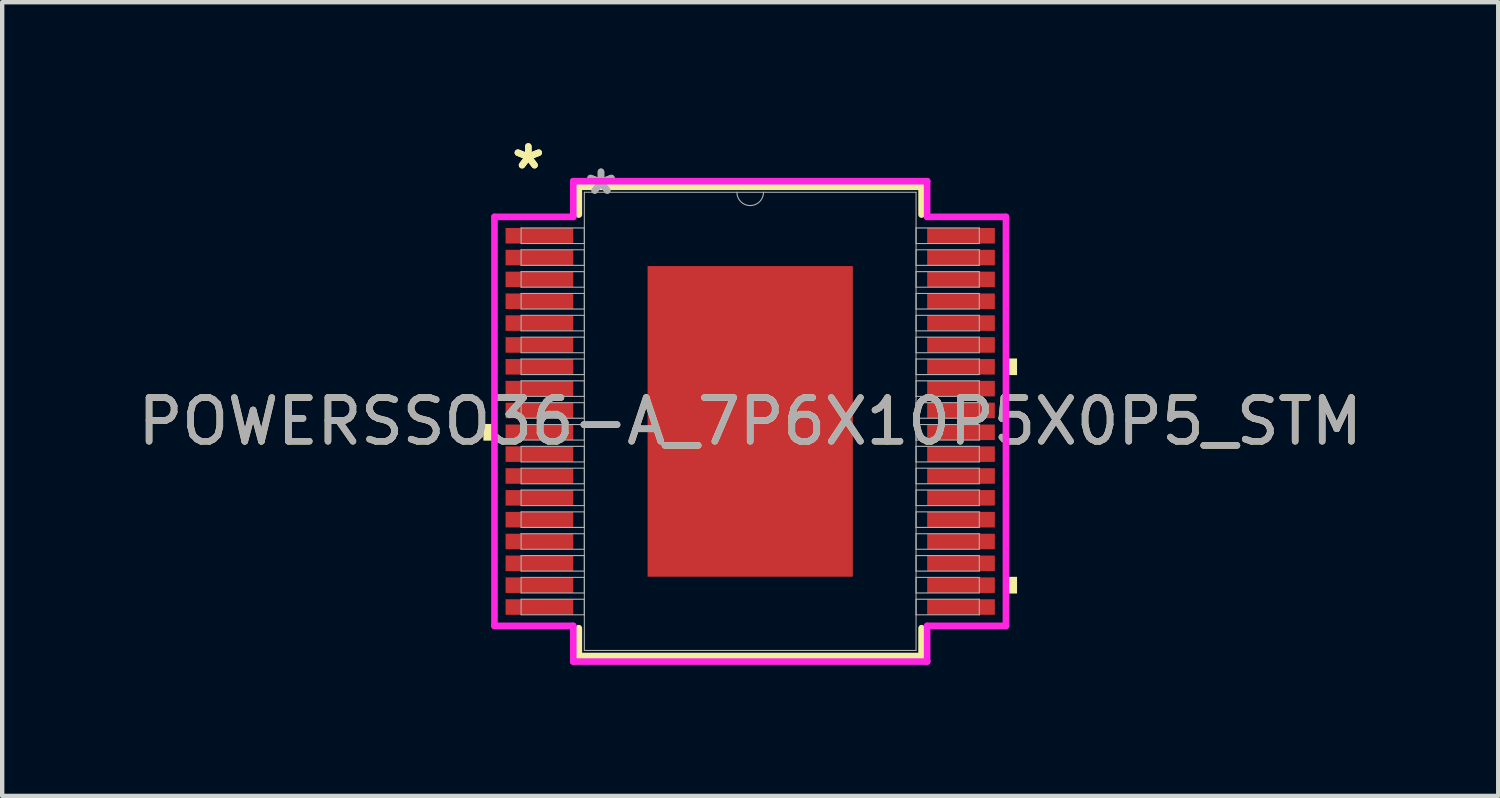
<source format=kicad_pcb>
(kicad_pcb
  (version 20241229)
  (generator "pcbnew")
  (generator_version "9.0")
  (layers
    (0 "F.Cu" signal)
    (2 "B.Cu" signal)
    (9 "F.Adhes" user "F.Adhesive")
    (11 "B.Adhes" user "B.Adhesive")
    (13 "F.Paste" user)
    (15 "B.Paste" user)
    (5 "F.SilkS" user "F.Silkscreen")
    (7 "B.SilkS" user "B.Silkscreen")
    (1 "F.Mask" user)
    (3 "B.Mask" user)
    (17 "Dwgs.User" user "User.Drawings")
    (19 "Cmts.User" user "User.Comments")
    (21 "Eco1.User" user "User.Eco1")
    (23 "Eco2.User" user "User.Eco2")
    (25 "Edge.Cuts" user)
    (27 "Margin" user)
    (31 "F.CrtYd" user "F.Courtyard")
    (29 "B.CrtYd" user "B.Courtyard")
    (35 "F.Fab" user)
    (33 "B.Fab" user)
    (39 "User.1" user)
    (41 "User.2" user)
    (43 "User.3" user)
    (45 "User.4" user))
  (footprint "POWERSSO36-A_7P6X10P5X0P5_STM"
    (layer "F.Cu")
    (at 14.125 6.597)
    (property "Reference" "POWERSSO36-A_7P6X10P5X0P5_STM" (at 0 0 0) (unlocked yes) (layer "F.SilkS") (effects (font (size 1 1) (thickness 0.15))))
    (attr smd)
    (fp_line (start -3.924 -5.372) (end -3.924 -4.735) (stroke (width 0.152) (type solid)) (layer "F.SilkS"))
    (fp_line (start -3.924 4.735) (end -3.924 5.372) (stroke (width 0.152) (type solid)) (layer "F.SilkS"))
    (fp_line (start -3.924 5.372) (end 3.924 5.372) (stroke (width 0.152) (type solid)) (layer "F.SilkS"))
    (fp_line (start 3.924 -5.372) (end -3.924 -5.372) (stroke (width 0.152) (type solid)) (layer "F.SilkS"))
    (fp_line (start 3.924 -4.735) (end 3.924 -5.372) (stroke (width 0.152) (type solid)) (layer "F.SilkS"))
    (fp_line (start 3.924 5.372) (end 3.924 4.735) (stroke (width 0.152) (type solid)) (layer "F.SilkS"))
    (fp_poly (pts (xy -6.109 0.059) (xy -6.109 0.441) (xy -5.855 0.441) (xy -5.855 0.059)) (stroke (width 0) (type solid)) (fill yes) (layer "F.SilkS"))
    (fp_poly (pts (xy 6.109 -1.44) (xy 6.109 -1.06) (xy 5.855 -1.06) (xy 5.855 -1.44)) (stroke (width 0) (type solid)) (fill yes) (layer "F.SilkS"))
    (fp_poly (pts (xy 6.109 3.559) (xy 6.109 3.941) (xy 5.855 3.941) (xy 5.855 3.559)) (stroke (width 0) (type solid)) (fill yes) (layer "F.SilkS"))
    (fp_poly (pts (xy -2.249 -3.456) (xy -2.249 -2.234) (xy -0.883 -2.234) (xy -0.883 -3.456)) (stroke (width 0) (type solid)) (fill yes) (layer "F.Paste"))
    (fp_poly (pts (xy -2.249 -2.034) (xy -2.249 -0.811) (xy -0.883 -0.811) (xy -0.883 -2.034)) (stroke (width 0) (type solid)) (fill yes) (layer "F.Paste"))
    (fp_poly (pts (xy -2.249 -0.611) (xy -2.249 0.611) (xy -0.883 0.611) (xy -0.883 -0.611)) (stroke (width 0) (type solid)) (fill yes) (layer "F.Paste"))
    (fp_poly (pts (xy -2.249 0.811) (xy -2.249 2.034) (xy -0.883 2.034) (xy -0.883 0.811)) (stroke (width 0) (type solid)) (fill yes) (layer "F.Paste"))
    (fp_poly (pts (xy -2.249 2.234) (xy -2.249 3.456) (xy -0.883 3.456) (xy -0.883 2.234)) (stroke (width 0) (type solid)) (fill yes) (layer "F.Paste"))
    (fp_poly (pts (xy -0.683 -3.456) (xy -0.683 -2.234) (xy 0.683 -2.234) (xy 0.683 -3.456)) (stroke (width 0) (type solid)) (fill yes) (layer "F.Paste"))
    (fp_poly (pts (xy -0.683 -2.034) (xy -0.683 -0.811) (xy 0.683 -0.811) (xy 0.683 -2.034)) (stroke (width 0) (type solid)) (fill yes) (layer "F.Paste"))
    (fp_poly (pts (xy -0.683 -0.611) (xy -0.683 0.611) (xy 0.683 0.611) (xy 0.683 -0.611)) (stroke (width 0) (type solid)) (fill yes) (layer "F.Paste"))
    (fp_poly (pts (xy -0.683 0.811) (xy -0.683 2.034) (xy 0.683 2.034) (xy 0.683 0.811)) (stroke (width 0) (type solid)) (fill yes) (layer "F.Paste"))
    (fp_poly (pts (xy -0.683 2.234) (xy -0.683 3.456) (xy 0.683 3.456) (xy 0.683 2.234)) (stroke (width 0) (type solid)) (fill yes) (layer "F.Paste"))
    (fp_poly (pts (xy 0.883 -3.456) (xy 0.883 -2.234) (xy 2.249 -2.234) (xy 2.249 -3.456)) (stroke (width 0) (type solid)) (fill yes) (layer "F.Paste"))
    (fp_poly (pts (xy 0.883 -2.034) (xy 0.883 -0.811) (xy 2.249 -0.811) (xy 2.249 -2.034)) (stroke (width 0) (type solid)) (fill yes) (layer "F.Paste"))
    (fp_poly (pts (xy 0.883 -0.611) (xy 0.883 0.611) (xy 2.249 0.611) (xy 2.249 -0.611)) (stroke (width 0) (type solid)) (fill yes) (layer "F.Paste"))
    (fp_poly (pts (xy 0.883 0.811) (xy 0.883 2.034) (xy 2.249 2.034) (xy 2.249 0.811)) (stroke (width 0) (type solid)) (fill yes) (layer "F.Paste"))
    (fp_poly (pts (xy 0.883 2.234) (xy 0.883 3.456) (xy 2.249 3.456) (xy 2.249 2.234)) (stroke (width 0) (type solid)) (fill yes) (layer "F.Paste"))
    (fp_line (start -5.855 -4.682) (end -4.051 -4.682) (stroke (width 0.152) (type solid)) (layer "F.CrtYd"))
    (fp_line (start -5.855 4.682) (end -5.855 -4.682) (stroke (width 0.152) (type solid)) (layer "F.CrtYd"))
    (fp_line (start -5.855 4.682) (end -4.051 4.682) (stroke (width 0.152) (type solid)) (layer "F.CrtYd"))
    (fp_line (start -4.051 -5.499) (end 4.051 -5.499) (stroke (width 0.152) (type solid)) (layer "F.CrtYd"))
    (fp_line (start -4.051 -4.682) (end -4.051 -5.499) (stroke (width 0.152) (type solid)) (layer "F.CrtYd"))
    (fp_line (start -4.051 5.499) (end -4.051 4.682) (stroke (width 0.152) (type solid)) (layer "F.CrtYd"))
    (fp_line (start 4.051 -5.499) (end 4.051 -4.682) (stroke (width 0.152) (type solid)) (layer "F.CrtYd"))
    (fp_line (start 4.051 4.682) (end 4.051 5.499) (stroke (width 0.152) (type solid)) (layer "F.CrtYd"))
    (fp_line (start 4.051 5.499) (end -4.051 5.499) (stroke (width 0.152) (type solid)) (layer "F.CrtYd"))
    (fp_line (start 5.855 -4.682) (end 4.051 -4.682) (stroke (width 0.152) (type solid)) (layer "F.CrtYd"))
    (fp_line (start 5.855 -4.682) (end 5.855 4.682) (stroke (width 0.152) (type solid)) (layer "F.CrtYd"))
    (fp_line (start 5.855 4.682) (end 4.051 4.682) (stroke (width 0.152) (type solid)) (layer "F.CrtYd"))
    (fp_line (start -5.245 -4.428) (end -5.245 -4.072) (stroke (width 0.025) (type solid)) (layer "F.Fab"))
    (fp_line (start -5.245 -4.072) (end -3.797 -4.072) (stroke (width 0.025) (type solid)) (layer "F.Fab"))
    (fp_line (start -5.245 -3.928) (end -5.245 -3.572) (stroke (width 0.025) (type solid)) (layer "F.Fab"))
    (fp_line (start -5.245 -3.572) (end -3.797 -3.572) (stroke (width 0.025) (type solid)) (layer "F.Fab"))
    (fp_line (start -5.245 -3.428) (end -5.245 -3.072) (stroke (width 0.025) (type solid)) (layer "F.Fab"))
    (fp_line (start -5.245 -3.072) (end -3.797 -3.072) (stroke (width 0.025) (type solid)) (layer "F.Fab"))
    (fp_line (start -5.245 -2.928) (end -5.245 -2.572) (stroke (width 0.025) (type solid)) (layer "F.Fab"))
    (fp_line (start -5.245 -2.572) (end -3.797 -2.572) (stroke (width 0.025) (type solid)) (layer "F.Fab"))
    (fp_line (start -5.245 -2.428) (end -5.245 -2.072) (stroke (width 0.025) (type solid)) (layer "F.Fab"))
    (fp_line (start -5.245 -2.072) (end -3.797 -2.072) (stroke (width 0.025) (type solid)) (layer "F.Fab"))
    (fp_line (start -5.245 -1.928) (end -5.245 -1.572) (stroke (width 0.025) (type solid)) (layer "F.Fab"))
    (fp_line (start -5.245 -1.572) (end -3.797 -1.572) (stroke (width 0.025) (type solid)) (layer "F.Fab"))
    (fp_line (start -5.245 -1.428) (end -5.245 -1.072) (stroke (width 0.025) (type solid)) (layer "F.Fab"))
    (fp_line (start -5.245 -1.072) (end -3.797 -1.072) (stroke (width 0.025) (type solid)) (layer "F.Fab"))
    (fp_line (start -5.245 -0.928) (end -5.245 -0.572) (stroke (width 0.025) (type solid)) (layer "F.Fab"))
    (fp_line (start -5.245 -0.572) (end -3.797 -0.572) (stroke (width 0.025) (type solid)) (layer "F.Fab"))
    (fp_line (start -5.245 -0.428) (end -5.245 -0.072) (stroke (width 0.025) (type solid)) (layer "F.Fab"))
    (fp_line (start -5.245 -0.072) (end -3.797 -0.072) (stroke (width 0.025) (type solid)) (layer "F.Fab"))
    (fp_line (start -5.245 0.072) (end -5.245 0.428) (stroke (width 0.025) (type solid)) (layer "F.Fab"))
    (fp_line (start -5.245 0.428) (end -3.797 0.428) (stroke (width 0.025) (type solid)) (layer "F.Fab"))
    (fp_line (start -5.245 0.572) (end -5.245 0.928) (stroke (width 0.025) (type solid)) (layer "F.Fab"))
    (fp_line (start -5.245 0.928) (end -3.797 0.928) (stroke (width 0.025) (type solid)) (layer "F.Fab"))
    (fp_line (start -5.245 1.072) (end -5.245 1.428) (stroke (width 0.025) (type solid)) (layer "F.Fab"))
    (fp_line (start -5.245 1.428) (end -3.797 1.428) (stroke (width 0.025) (type solid)) (layer "F.Fab"))
    (fp_line (start -5.245 1.572) (end -5.245 1.928) (stroke (width 0.025) (type solid)) (layer "F.Fab"))
    (fp_line (start -5.245 1.928) (end -3.797 1.928) (stroke (width 0.025) (type solid)) (layer "F.Fab"))
    (fp_line (start -5.245 2.072) (end -5.245 2.428) (stroke (width 0.025) (type solid)) (layer "F.Fab"))
    (fp_line (start -5.245 2.428) (end -3.797 2.428) (stroke (width 0.025) (type solid)) (layer "F.Fab"))
    (fp_line (start -5.245 2.572) (end -5.245 2.928) (stroke (width 0.025) (type solid)) (layer "F.Fab"))
    (fp_line (start -5.245 2.928) (end -3.797 2.928) (stroke (width 0.025) (type solid)) (layer "F.Fab"))
    (fp_line (start -5.245 3.072) (end -5.245 3.428) (stroke (width 0.025) (type solid)) (layer "F.Fab"))
    (fp_line (start -5.245 3.428) (end -3.797 3.428) (stroke (width 0.025) (type solid)) (layer "F.Fab"))
    (fp_line (start -5.245 3.572) (end -5.245 3.928) (stroke (width 0.025) (type solid)) (layer "F.Fab"))
    (fp_line (start -5.245 3.928) (end -3.797 3.928) (stroke (width 0.025) (type solid)) (layer "F.Fab"))
    (fp_line (start -5.245 4.072) (end -5.245 4.428) (stroke (width 0.025) (type solid)) (layer "F.Fab"))
    (fp_line (start -5.245 4.428) (end -3.797 4.428) (stroke (width 0.025) (type solid)) (layer "F.Fab"))
    (fp_line (start -3.797 -5.245) (end -3.797 5.245) (stroke (width 0.025) (type solid)) (layer "F.Fab"))
    (fp_line (start -3.797 -4.428) (end -5.245 -4.428) (stroke (width 0.025) (type solid)) (layer "F.Fab"))
    (fp_line (start -3.797 -4.072) (end -3.797 -4.428) (stroke (width 0.025) (type solid)) (layer "F.Fab"))
    (fp_line (start -3.797 -3.928) (end -5.245 -3.928) (stroke (width 0.025) (type solid)) (layer "F.Fab"))
    (fp_line (start -3.797 -3.572) (end -3.797 -3.928) (stroke (width 0.025) (type solid)) (layer "F.Fab"))
    (fp_line (start -3.797 -3.428) (end -5.245 -3.428) (stroke (width 0.025) (type solid)) (layer "F.Fab"))
    (fp_line (start -3.797 -3.072) (end -3.797 -3.428) (stroke (width 0.025) (type solid)) (layer "F.Fab"))
    (fp_line (start -3.797 -2.928) (end -5.245 -2.928) (stroke (width 0.025) (type solid)) (layer "F.Fab"))
    (fp_line (start -3.797 -2.572) (end -3.797 -2.928) (stroke (width 0.025) (type solid)) (layer "F.Fab"))
    (fp_line (start -3.797 -2.428) (end -5.245 -2.428) (stroke (width 0.025) (type solid)) (layer "F.Fab"))
    (fp_line (start -3.797 -2.072) (end -3.797 -2.428) (stroke (width 0.025) (type solid)) (layer "F.Fab"))
    (fp_line (start -3.797 -1.928) (end -5.245 -1.928) (stroke (width 0.025) (type solid)) (layer "F.Fab"))
    (fp_line (start -3.797 -1.572) (end -3.797 -1.928) (stroke (width 0.025) (type solid)) (layer "F.Fab"))
    (fp_line (start -3.797 -1.428) (end -5.245 -1.428) (stroke (width 0.025) (type solid)) (layer "F.Fab"))
    (fp_line (start -3.797 -1.072) (end -3.797 -1.428) (stroke (width 0.025) (type solid)) (layer "F.Fab"))
    (fp_line (start -3.797 -0.928) (end -5.245 -0.928) (stroke (width 0.025) (type solid)) (layer "F.Fab"))
    (fp_line (start -3.797 -0.572) (end -3.797 -0.928) (stroke (width 0.025) (type solid)) (layer "F.Fab"))
    (fp_line (start -3.797 -0.428) (end -5.245 -0.428) (stroke (width 0.025) (type solid)) (layer "F.Fab"))
    (fp_line (start -3.797 -0.072) (end -3.797 -0.428) (stroke (width 0.025) (type solid)) (layer "F.Fab"))
    (fp_line (start -3.797 0.072) (end -5.245 0.072) (stroke (width 0.025) (type solid)) (layer "F.Fab"))
    (fp_line (start -3.797 0.428) (end -3.797 0.072) (stroke (width 0.025) (type solid)) (layer "F.Fab"))
    (fp_line (start -3.797 0.572) (end -5.245 0.572) (stroke (width 0.025) (type solid)) (layer "F.Fab"))
    (fp_line (start -3.797 0.928) (end -3.797 0.572) (stroke (width 0.025) (type solid)) (layer "F.Fab"))
    (fp_line (start -3.797 1.072) (end -5.245 1.072) (stroke (width 0.025) (type solid)) (layer "F.Fab"))
    (fp_line (start -3.797 1.428) (end -3.797 1.072) (stroke (width 0.025) (type solid)) (layer "F.Fab"))
    (fp_line (start -3.797 1.572) (end -5.245 1.572) (stroke (width 0.025) (type solid)) (layer "F.Fab"))
    (fp_line (start -3.797 1.928) (end -3.797 1.572) (stroke (width 0.025) (type solid)) (layer "F.Fab"))
    (fp_line (start -3.797 2.072) (end -5.245 2.072) (stroke (width 0.025) (type solid)) (layer "F.Fab"))
    (fp_line (start -3.797 2.428) (end -3.797 2.072) (stroke (width 0.025) (type solid)) (layer "F.Fab"))
    (fp_line (start -3.797 2.572) (end -5.245 2.572) (stroke (width 0.025) (type solid)) (layer "F.Fab"))
    (fp_line (start -3.797 2.928) (end -3.797 2.572) (stroke (width 0.025) (type solid)) (layer "F.Fab"))
    (fp_line (start -3.797 3.072) (end -5.245 3.072) (stroke (width 0.025) (type solid)) (layer "F.Fab"))
    (fp_line (start -3.797 3.428) (end -3.797 3.072) (stroke (width 0.025) (type solid)) (layer "F.Fab"))
    (fp_line (start -3.797 3.572) (end -5.245 3.572) (stroke (width 0.025) (type solid)) (layer "F.Fab"))
    (fp_line (start -3.797 3.928) (end -3.797 3.572) (stroke (width 0.025) (type solid)) (layer "F.Fab"))
    (fp_line (start -3.797 4.072) (end -5.245 4.072) (stroke (width 0.025) (type solid)) (layer "F.Fab"))
    (fp_line (start -3.797 4.428) (end -3.797 4.072) (stroke (width 0.025) (type solid)) (layer "F.Fab"))
    (fp_line (start -3.797 5.245) (end 3.797 5.245) (stroke (width 0.025) (type solid)) (layer "F.Fab"))
    (fp_line (start 3.797 -5.245) (end -3.797 -5.245) (stroke (width 0.025) (type solid)) (layer "F.Fab"))
    (fp_line (start 3.797 -4.428) (end 3.797 -4.072) (stroke (width 0.025) (type solid)) (layer "F.Fab"))
    (fp_line (start 3.797 -4.072) (end 5.245 -4.072) (stroke (width 0.025) (type solid)) (layer "F.Fab"))
    (fp_line (start 3.797 -3.928) (end 3.797 -3.572) (stroke (width 0.025) (type solid)) (layer "F.Fab"))
    (fp_line (start 3.797 -3.572) (end 5.245 -3.572) (stroke (width 0.025) (type solid)) (layer "F.Fab"))
    (fp_line (start 3.797 -3.428) (end 3.797 -3.072) (stroke (width 0.025) (type solid)) (layer "F.Fab"))
    (fp_line (start 3.797 -3.072) (end 5.245 -3.072) (stroke (width 0.025) (type solid)) (layer "F.Fab"))
    (fp_line (start 3.797 -2.928) (end 3.797 -2.572) (stroke (width 0.025) (type solid)) (layer "F.Fab"))
    (fp_line (start 3.797 -2.572) (end 5.245 -2.572) (stroke (width 0.025) (type solid)) (layer "F.Fab"))
    (fp_line (start 3.797 -2.428) (end 3.797 -2.072) (stroke (width 0.025) (type solid)) (layer "F.Fab"))
    (fp_line (start 3.797 -2.072) (end 5.245 -2.072) (stroke (width 0.025) (type solid)) (layer "F.Fab"))
    (fp_line (start 3.797 -1.928) (end 3.797 -1.572) (stroke (width 0.025) (type solid)) (layer "F.Fab"))
    (fp_line (start 3.797 -1.572) (end 5.245 -1.572) (stroke (width 0.025) (type solid)) (layer "F.Fab"))
    (fp_line (start 3.797 -1.428) (end 3.797 -1.072) (stroke (width 0.025) (type solid)) (layer "F.Fab"))
    (fp_line (start 3.797 -1.072) (end 5.245 -1.072) (stroke (width 0.025) (type solid)) (layer "F.Fab"))
    (fp_line (start 3.797 -0.928) (end 3.797 -0.572) (stroke (width 0.025) (type solid)) (layer "F.Fab"))
    (fp_line (start 3.797 -0.572) (end 5.245 -0.572) (stroke (width 0.025) (type solid)) (layer "F.Fab"))
    (fp_line (start 3.797 -0.428) (end 3.797 -0.072) (stroke (width 0.025) (type solid)) (layer "F.Fab"))
    (fp_line (start 3.797 -0.072) (end 5.245 -0.072) (stroke (width 0.025) (type solid)) (layer "F.Fab"))
    (fp_line (start 3.797 0.072) (end 3.797 0.428) (stroke (width 0.025) (type solid)) (layer "F.Fab"))
    (fp_line (start 3.797 0.428) (end 5.245 0.428) (stroke (width 0.025) (type solid)) (layer "F.Fab"))
    (fp_line (start 3.797 0.572) (end 3.797 0.928) (stroke (width 0.025) (type solid)) (layer "F.Fab"))
    (fp_line (start 3.797 0.928) (end 5.245 0.928) (stroke (width 0.025) (type solid)) (layer "F.Fab"))
    (fp_line (start 3.797 1.072) (end 3.797 1.428) (stroke (width 0.025) (type solid)) (layer "F.Fab"))
    (fp_line (start 3.797 1.428) (end 5.245 1.428) (stroke (width 0.025) (type solid)) (layer "F.Fab"))
    (fp_line (start 3.797 1.572) (end 3.797 1.928) (stroke (width 0.025) (type solid)) (layer "F.Fab"))
    (fp_line (start 3.797 1.928) (end 5.245 1.928) (stroke (width 0.025) (type solid)) (layer "F.Fab"))
    (fp_line (start 3.797 2.072) (end 3.797 2.428) (stroke (width 0.025) (type solid)) (layer "F.Fab"))
    (fp_line (start 3.797 2.428) (end 5.245 2.428) (stroke (width 0.025) (type solid)) (layer "F.Fab"))
    (fp_line (start 3.797 2.572) (end 3.797 2.928) (stroke (width 0.025) (type solid)) (layer "F.Fab"))
    (fp_line (start 3.797 2.928) (end 5.245 2.928) (stroke (width 0.025) (type solid)) (layer "F.Fab"))
    (fp_line (start 3.797 3.072) (end 3.797 3.428) (stroke (width 0.025) (type solid)) (layer "F.Fab"))
    (fp_line (start 3.797 3.428) (end 5.245 3.428) (stroke (width 0.025) (type solid)) (layer "F.Fab"))
    (fp_line (start 3.797 3.572) (end 3.797 3.928) (stroke (width 0.025) (type solid)) (layer "F.Fab"))
    (fp_line (start 3.797 3.928) (end 5.245 3.928) (stroke (width 0.025) (type solid)) (layer "F.Fab"))
    (fp_line (start 3.797 4.072) (end 3.797 4.428) (stroke (width 0.025) (type solid)) (layer "F.Fab"))
    (fp_line (start 3.797 4.428) (end 5.245 4.428) (stroke (width 0.025) (type solid)) (layer "F.Fab"))
    (fp_line (start 3.797 5.245) (end 3.797 -5.245) (stroke (width 0.025) (type solid)) (layer "F.Fab"))
    (fp_line (start 5.245 -4.428) (end 3.797 -4.428) (stroke (width 0.025) (type solid)) (layer "F.Fab"))
    (fp_line (start 5.245 -4.072) (end 5.245 -4.428) (stroke (width 0.025) (type solid)) (layer "F.Fab"))
    (fp_line (start 5.245 -3.928) (end 3.797 -3.928) (stroke (width 0.025) (type solid)) (layer "F.Fab"))
    (fp_line (start 5.245 -3.572) (end 5.245 -3.928) (stroke (width 0.025) (type solid)) (layer "F.Fab"))
    (fp_line (start 5.245 -3.428) (end 3.797 -3.428) (stroke (width 0.025) (type solid)) (layer "F.Fab"))
    (fp_line (start 5.245 -3.072) (end 5.245 -3.428) (stroke (width 0.025) (type solid)) (layer "F.Fab"))
    (fp_line (start 5.245 -2.928) (end 3.797 -2.928) (stroke (width 0.025) (type solid)) (layer "F.Fab"))
    (fp_line (start 5.245 -2.572) (end 5.245 -2.928) (stroke (width 0.025) (type solid)) (layer "F.Fab"))
    (fp_line (start 5.245 -2.428) (end 3.797 -2.428) (stroke (width 0.025) (type solid)) (layer "F.Fab"))
    (fp_line (start 5.245 -2.072) (end 5.245 -2.428) (stroke (width 0.025) (type solid)) (layer "F.Fab"))
    (fp_line (start 5.245 -1.928) (end 3.797 -1.928) (stroke (width 0.025) (type solid)) (layer "F.Fab"))
    (fp_line (start 5.245 -1.572) (end 5.245 -1.928) (stroke (width 0.025) (type solid)) (layer "F.Fab"))
    (fp_line (start 5.245 -1.428) (end 3.797 -1.428) (stroke (width 0.025) (type solid)) (layer "F.Fab"))
    (fp_line (start 5.245 -1.072) (end 5.245 -1.428) (stroke (width 0.025) (type solid)) (layer "F.Fab"))
    (fp_line (start 5.245 -0.928) (end 3.797 -0.928) (stroke (width 0.025) (type solid)) (layer "F.Fab"))
    (fp_line (start 5.245 -0.572) (end 5.245 -0.928) (stroke (width 0.025) (type solid)) (layer "F.Fab"))
    (fp_line (start 5.245 -0.428) (end 3.797 -0.428) (stroke (width 0.025) (type solid)) (layer "F.Fab"))
    (fp_line (start 5.245 -0.072) (end 5.245 -0.428) (stroke (width 0.025) (type solid)) (layer "F.Fab"))
    (fp_line (start 5.245 0.072) (end 3.797 0.072) (stroke (width 0.025) (type solid)) (layer "F.Fab"))
    (fp_line (start 5.245 0.428) (end 5.245 0.072) (stroke (width 0.025) (type solid)) (layer "F.Fab"))
    (fp_line (start 5.245 0.572) (end 3.797 0.572) (stroke (width 0.025) (type solid)) (layer "F.Fab"))
    (fp_line (start 5.245 0.928) (end 5.245 0.572) (stroke (width 0.025) (type solid)) (layer "F.Fab"))
    (fp_line (start 5.245 1.072) (end 3.797 1.072) (stroke (width 0.025) (type solid)) (layer "F.Fab"))
    (fp_line (start 5.245 1.428) (end 5.245 1.072) (stroke (width 0.025) (type solid)) (layer "F.Fab"))
    (fp_line (start 5.245 1.572) (end 3.797 1.572) (stroke (width 0.025) (type solid)) (layer "F.Fab"))
    (fp_line (start 5.245 1.928) (end 5.245 1.572) (stroke (width 0.025) (type solid)) (layer "F.Fab"))
    (fp_line (start 5.245 2.072) (end 3.797 2.072) (stroke (width 0.025) (type solid)) (layer "F.Fab"))
    (fp_line (start 5.245 2.428) (end 5.245 2.072) (stroke (width 0.025) (type solid)) (layer "F.Fab"))
    (fp_line (start 5.245 2.572) (end 3.797 2.572) (stroke (width 0.025) (type solid)) (layer "F.Fab"))
    (fp_line (start 5.245 2.928) (end 5.245 2.572) (stroke (width 0.025) (type solid)) (layer "F.Fab"))
    (fp_line (start 5.245 3.072) (end 3.797 3.072) (stroke (width 0.025) (type solid)) (layer "F.Fab"))
    (fp_line (start 5.245 3.428) (end 5.245 3.072) (stroke (width 0.025) (type solid)) (layer "F.Fab"))
    (fp_line (start 5.245 3.572) (end 3.797 3.572) (stroke (width 0.025) (type solid)) (layer "F.Fab"))
    (fp_line (start 5.245 3.928) (end 5.245 3.572) (stroke (width 0.025) (type solid)) (layer "F.Fab"))
    (fp_line (start 5.245 4.072) (end 3.797 4.072) (stroke (width 0.025) (type solid)) (layer "F.Fab"))
    (fp_line (start 5.245 4.428) (end 5.245 4.072) (stroke (width 0.025) (type solid)) (layer "F.Fab"))
    (fp_arc (start 0.3048 -5.2451) (mid 0 -4.9403) (end -0.3048 -5.2451) (stroke (width 0.0254) (type solid)) (layer "F.Fab"))
    (fp_text user "*" (at -5.08 -5.749 0) (layer "F.SilkS") (effects (font (size 1 1) (thickness 0.15))))
    (fp_text user "*" (at -5.08 -5.749 0) (unlocked yes) (layer "F.SilkS") (effects (font (size 1 1) (thickness 0.15))))
    (fp_text user "*" (at -3.416 -5.169 0) (layer "F.Fab") (effects (font (size 1 1) (thickness 0.15))))
    (fp_text user "${REFERENCE}" (at 0 0 0) (unlocked yes) (layer "F.Fab") (effects (font (size 1 1) (thickness 0.15))))
    (fp_text user "*" (at -3.416 -5.169 0) (unlocked yes) (layer "F.Fab") (effects (font (size 1 1) (thickness 0.15))))
    (pad "1" smd rect (at -4.826 -4.25) (size 1.549 0.356) (layers "F.Cu" "F.Mask" "F.Paste"))
    (pad "2" smd rect (at -4.826 -3.75) (size 1.549 0.356) (layers "F.Cu" "F.Mask" "F.Paste"))
    (pad "3" smd rect (at -4.826 -3.25) (size 1.549 0.356) (layers "F.Cu" "F.Mask" "F.Paste"))
    (pad "4" smd rect (at -4.826 -2.75) (size 1.549 0.356) (layers "F.Cu" "F.Mask" "F.Paste"))
    (pad "5" smd rect (at -4.826 -2.25) (size 1.549 0.356) (layers "F.Cu" "F.Mask" "F.Paste"))
    (pad "6" smd rect (at -4.826 -1.75) (size 1.549 0.356) (layers "F.Cu" "F.Mask" "F.Paste"))
    (pad "7" smd rect (at -4.826 -1.25) (size 1.549 0.356) (layers "F.Cu" "F.Mask" "F.Paste"))
    (pad "8" smd rect (at -4.826 -0.75) (size 1.549 0.356) (layers "F.Cu" "F.Mask" "F.Paste"))
    (pad "9" smd rect (at -4.826 -0.25) (size 1.549 0.356) (layers "F.Cu" "F.Mask" "F.Paste"))
    (pad "10" smd rect (at -4.826 0.25) (size 1.549 0.356) (layers "F.Cu" "F.Mask" "F.Paste"))
    (pad "11" smd rect (at -4.826 0.75) (size 1.549 0.356) (layers "F.Cu" "F.Mask" "F.Paste"))
    (pad "12" smd rect (at -4.826 1.25) (size 1.549 0.356) (layers "F.Cu" "F.Mask" "F.Paste"))
    (pad "13" smd rect (at -4.826 1.75) (size 1.549 0.356) (layers "F.Cu" "F.Mask" "F.Paste"))
    (pad "14" smd rect (at -4.826 2.25) (size 1.549 0.356) (layers "F.Cu" "F.Mask" "F.Paste"))
    (pad "15" smd rect (at -4.826 2.75) (size 1.549 0.356) (layers "F.Cu" "F.Mask" "F.Paste"))
    (pad "16" smd rect (at -4.826 3.25) (size 1.549 0.356) (layers "F.Cu" "F.Mask" "F.Paste"))
    (pad "17" smd rect (at -4.826 3.75) (size 1.549 0.356) (layers "F.Cu" "F.Mask" "F.Paste"))
    (pad "18" smd rect (at -4.826 4.25) (size 1.549 0.356) (layers "F.Cu" "F.Mask" "F.Paste"))
    (pad "19" smd rect (at 4.826 4.25) (size 1.549 0.356) (layers "F.Cu" "F.Mask" "F.Paste"))
    (pad "20" smd rect (at 4.826 3.75) (size 1.549 0.356) (layers "F.Cu" "F.Mask" "F.Paste"))
    (pad "21" smd rect (at 4.826 3.25) (size 1.549 0.356) (layers "F.Cu" "F.Mask" "F.Paste"))
    (pad "22" smd rect (at 4.826 2.75) (size 1.549 0.356) (layers "F.Cu" "F.Mask" "F.Paste"))
    (pad "23" smd rect (at 4.826 2.25) (size 1.549 0.356) (layers "F.Cu" "F.Mask" "F.Paste"))
    (pad "24" smd rect (at 4.826 1.75) (size 1.549 0.356) (layers "F.Cu" "F.Mask" "F.Paste"))
    (pad "25" smd rect (at 4.826 1.25) (size 1.549 0.356) (layers "F.Cu" "F.Mask" "F.Paste"))
    (pad "26" smd rect (at 4.826 0.75) (size 1.549 0.356) (layers "F.Cu" "F.Mask" "F.Paste"))
    (pad "27" smd rect (at 4.826 0.25) (size 1.549 0.356) (layers "F.Cu" "F.Mask" "F.Paste"))
    (pad "28" smd rect (at 4.826 -0.25) (size 1.549 0.356) (layers "F.Cu" "F.Mask" "F.Paste"))
    (pad "29" smd rect (at 4.826 -0.75) (size 1.549 0.356) (layers "F.Cu" "F.Mask" "F.Paste"))
    (pad "30" smd rect (at 4.826 -1.25) (size 1.549 0.356) (layers "F.Cu" "F.Mask" "F.Paste"))
    (pad "31" smd rect (at 4.826 -1.75) (size 1.549 0.356) (layers "F.Cu" "F.Mask" "F.Paste"))
    (pad "32" smd rect (at 4.826 -2.25) (size 1.549 0.356) (layers "F.Cu" "F.Mask" "F.Paste"))
    (pad "33" smd rect (at 4.826 -2.75) (size 1.549 0.356) (layers "F.Cu" "F.Mask" "F.Paste"))
    (pad "34" smd rect (at 4.826 -3.25) (size 1.549 0.356) (layers "F.Cu" "F.Mask" "F.Paste"))
    (pad "35" smd rect (at 4.826 -3.75) (size 1.549 0.356) (layers "F.Cu" "F.Mask" "F.Paste"))
    (pad "36" smd rect (at 4.826 -4.25) (size 1.549 0.356) (layers "F.Cu" "F.Mask" "F.Paste"))
    (pad "EPAD" smd rect (at 0 0) (size 4.699 7.112) (layers "F.Cu" "F.Mask")))
  (gr_rect
    (start -3 -3)
    (end 31.25 15.172)
    (stroke (width 0.1) (type default))
    (fill no)
    (layer "Edge.Cuts")))
</source>
